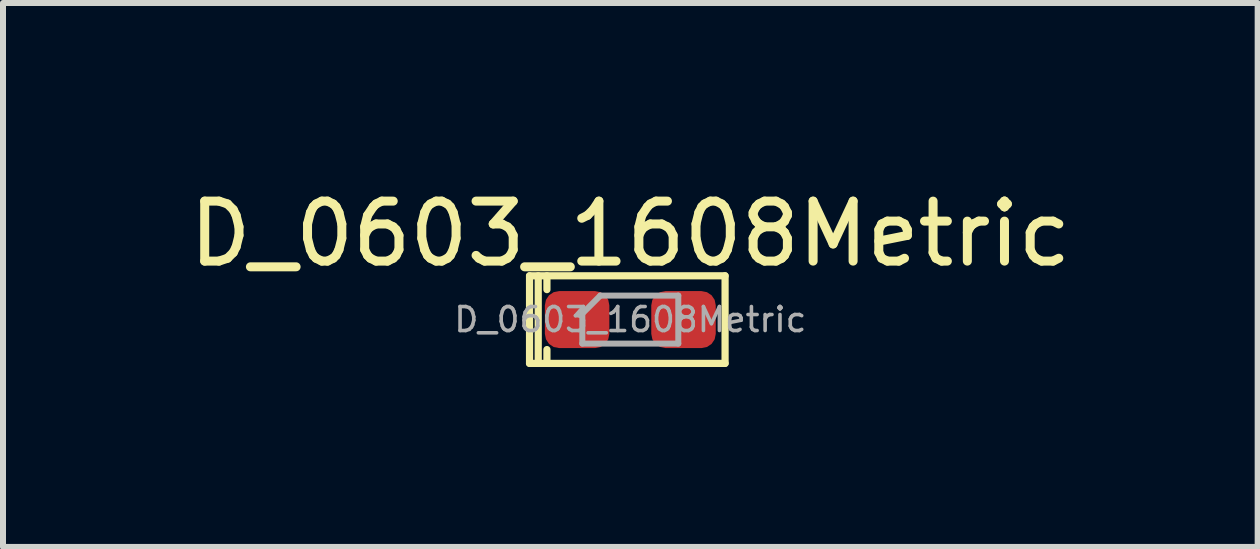
<source format=kicad_pcb>
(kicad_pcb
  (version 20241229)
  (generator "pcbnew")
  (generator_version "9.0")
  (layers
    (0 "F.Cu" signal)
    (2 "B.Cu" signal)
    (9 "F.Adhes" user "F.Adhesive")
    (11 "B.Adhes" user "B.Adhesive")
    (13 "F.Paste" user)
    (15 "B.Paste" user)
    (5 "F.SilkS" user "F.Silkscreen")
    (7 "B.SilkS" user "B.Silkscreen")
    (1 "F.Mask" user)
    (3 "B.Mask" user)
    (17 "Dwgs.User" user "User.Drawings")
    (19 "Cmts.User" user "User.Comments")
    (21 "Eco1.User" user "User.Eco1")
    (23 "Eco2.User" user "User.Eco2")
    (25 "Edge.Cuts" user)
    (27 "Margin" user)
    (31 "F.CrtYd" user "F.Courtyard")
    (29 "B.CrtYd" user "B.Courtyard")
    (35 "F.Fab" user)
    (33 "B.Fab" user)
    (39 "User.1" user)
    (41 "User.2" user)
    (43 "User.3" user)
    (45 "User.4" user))
  (footprint "D_0603_1608Metric"
    (layer "F.Cu")
    (at 7.458 2.278)
    (property "Reference" "D_0603_1608Metric" (at 0 -1.43 0) (layer "F.SilkS") (effects (font (size 1 1) (thickness 0.15))))
    (attr smd)
    (fp_line (start -1.68 -0.73) (end 1.58 -0.73) (stroke (width 0.12) (type solid)) (layer "F.SilkS"))
    (fp_line (start -1.68 0.73) (end -1.68 -0.73) (stroke (width 0.12) (type solid)) (layer "F.SilkS"))
    (fp_line (start -1.535 -0.73) (end -1.535 0.73) (stroke (width 0.12) (type solid)) (layer "F.SilkS"))
    (fp_line (start -1.39 -0.73) (end -1.39 -0.5) (stroke (width 0.12) (type solid)) (layer "F.SilkS"))
    (fp_line (start -1.39 0.5) (end -1.39 0.73) (stroke (width 0.12) (type solid)) (layer "F.SilkS"))
    (fp_line (start 1.58 -0.73) (end 1.58 0.73) (stroke (width 0.12) (type solid)) (layer "F.SilkS"))
    (fp_line (start 1.58 0.73) (end -1.68 0.73) (stroke (width 0.12) (type solid)) (layer "F.SilkS"))
    (fp_line (start -0.8 -0.1) (end -0.8 0.4) (stroke (width 0.1) (type solid)) (layer "F.Fab"))
    (fp_line (start -0.8 0.4) (end 0.8 0.4) (stroke (width 0.1) (type solid)) (layer "F.Fab"))
    (fp_line (start -0.5 -0.4) (end -0.8 -0.1) (stroke (width 0.1) (type solid)) (layer "F.Fab"))
    (fp_line (start 0.8 -0.4) (end -0.5 -0.4) (stroke (width 0.1) (type solid)) (layer "F.Fab"))
    (fp_line (start 0.8 0.4) (end 0.8 -0.4) (stroke (width 0.1) (type solid)) (layer "F.Fab"))
    (fp_text user "${REFERENCE}" (at 0 0 0) (layer "F.Fab") (effects (font (size 0.4 0.4) (thickness 0.06))))
    (pad "1" smd roundrect (at -0.887 0) (size 1.075 0.95) (layers "F.Cu" "F.Mask" "F.Paste") (roundrect_rratio 0.25))
    (pad "2" smd roundrect (at 0.887 0) (size 1.075 0.95) (layers "F.Cu" "F.Mask" "F.Paste") (roundrect_rratio 0.25)))
  (gr_rect
    (start -3 -3)
    (end 17.917 6.068)
    (stroke (width 0.1) (type default))
    (fill no)
    (layer "Edge.Cuts")))
</source>
